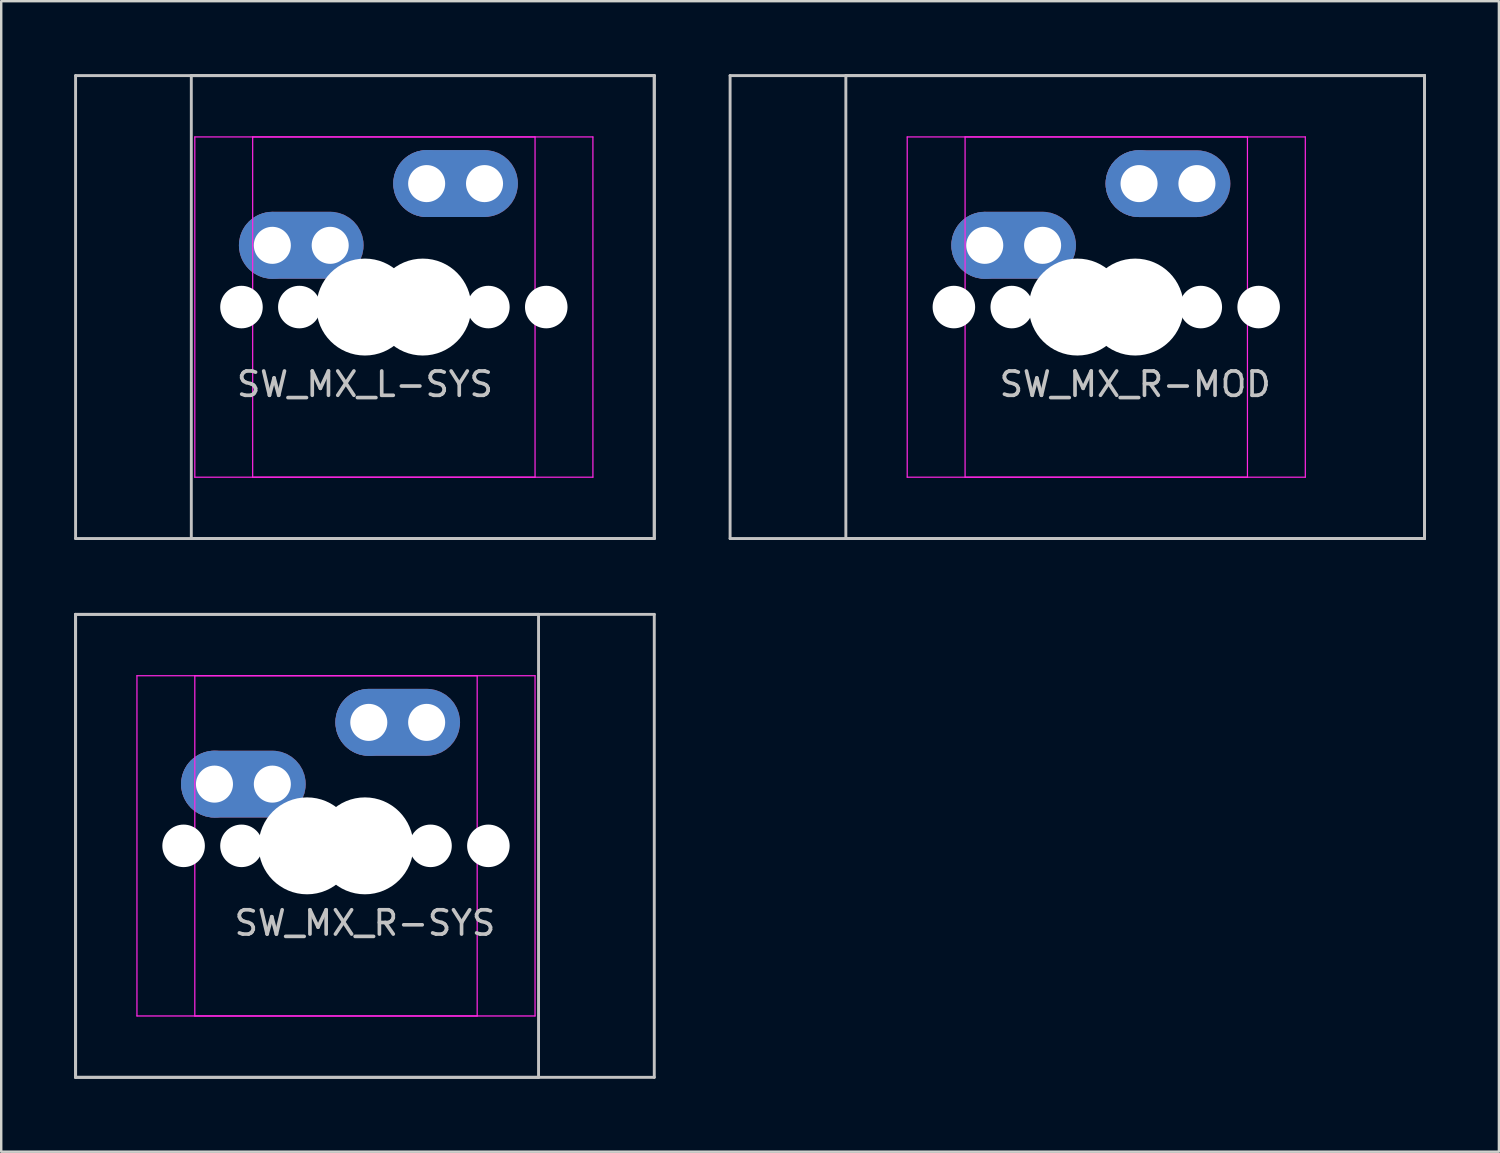
<source format=kicad_pcb>
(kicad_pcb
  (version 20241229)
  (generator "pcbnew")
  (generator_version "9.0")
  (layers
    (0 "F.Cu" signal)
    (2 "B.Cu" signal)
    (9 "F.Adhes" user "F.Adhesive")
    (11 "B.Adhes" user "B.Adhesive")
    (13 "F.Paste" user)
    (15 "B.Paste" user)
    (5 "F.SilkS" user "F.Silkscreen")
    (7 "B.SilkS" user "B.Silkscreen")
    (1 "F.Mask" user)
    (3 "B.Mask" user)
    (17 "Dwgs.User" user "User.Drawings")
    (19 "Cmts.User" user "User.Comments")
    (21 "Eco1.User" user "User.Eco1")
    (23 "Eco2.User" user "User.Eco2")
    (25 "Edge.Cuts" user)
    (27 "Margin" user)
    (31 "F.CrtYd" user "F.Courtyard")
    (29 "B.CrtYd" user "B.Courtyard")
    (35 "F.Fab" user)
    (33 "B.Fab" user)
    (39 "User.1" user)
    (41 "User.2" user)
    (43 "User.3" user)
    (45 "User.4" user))
  (footprint "SW_MX_L-SYS"
    (layer "F.Cu")
    (at 11.966 9.585)
    (property "Reference" "SW_MX_L-SYS" (at 0 3.175 0) (layer "Dwgs.User") (effects (font (size 1 1) (thickness 0.15))))
    (attr through_hole exclude_from_pos_files exclude_from_bom)
    (fp_line (start -11.906 -9.525) (end -11.906 9.525) (stroke (width 0.12) (type solid)) (layer "Dwgs.User"))
    (fp_line (start -11.906 9.525) (end 11.906 9.525) (stroke (width 0.12) (type solid)) (layer "Dwgs.User"))
    (fp_line (start -7.144 -9.525) (end -7.144 9.525) (stroke (width 0.12) (type solid)) (layer "Dwgs.User"))
    (fp_line (start -7.144 9.525) (end 11.906 9.525) (stroke (width 0.12) (type solid)) (layer "Dwgs.User"))
    (fp_line (start 11.906 -9.525) (end -11.906 -9.525) (stroke (width 0.12) (type solid)) (layer "Dwgs.User"))
    (fp_line (start 11.906 -9.525) (end -7.144 -9.525) (stroke (width 0.12) (type solid)) (layer "Dwgs.User"))
    (fp_line (start 11.906 9.525) (end 11.906 -9.525) (stroke (width 0.12) (type solid)) (layer "Dwgs.User"))
    (fp_line (start 11.906 9.525) (end 11.906 -9.525) (stroke (width 0.12) (type solid)) (layer "Dwgs.User"))
    (fp_line (start -7 6.5) (end -7 -6.5) (stroke (width 0.05) (type solid)) (layer "Eco2.User"))
    (fp_line (start -6.5 -7) (end 6.5 -7) (stroke (width 0.05) (type solid)) (layer "Eco2.User"))
    (fp_line (start -4.619 6.5) (end -4.619 -6.5) (stroke (width 0.05) (type solid)) (layer "Eco2.User"))
    (fp_line (start -4.119 -7) (end 8.881 -7) (stroke (width 0.05) (type solid)) (layer "Eco2.User"))
    (fp_line (start 6.5 7) (end -6.5 7) (stroke (width 0.05) (type solid)) (layer "Eco2.User"))
    (fp_line (start 7 -6.5) (end 7 6.5) (stroke (width 0.05) (type solid)) (layer "Eco2.User"))
    (fp_line (start 8.881 7) (end -4.119 7) (stroke (width 0.05) (type solid)) (layer "Eco2.User"))
    (fp_line (start 9.381 -6.5) (end 9.381 6.5) (stroke (width 0.05) (type solid)) (layer "Eco2.User"))
    (fp_arc (start -7 -6.5) (mid -6.853553 -6.853553) (end -6.5 -7) (stroke (width 0.05) (type solid)) (layer "Eco2.User"))
    (fp_arc (start -6.5 7) (mid -6.853553 6.853553) (end -7 6.5) (stroke (width 0.05) (type solid)) (layer "Eco2.User"))
    (fp_arc (start -4.61875 -6.5) (mid -4.472303 -6.853553) (end -4.11875 -7) (stroke (width 0.05) (type solid)) (layer "Eco2.User"))
    (fp_arc (start -4.11875 7) (mid -4.472303 6.853553) (end -4.61875 6.5) (stroke (width 0.05) (type solid)) (layer "Eco2.User"))
    (fp_arc (start 6.5 -7) (mid 6.853553 -6.853553) (end 7 -6.5) (stroke (width 0.05) (type solid)) (layer "Eco2.User"))
    (fp_arc (start 6.997236 6.498884) (mid 6.850789 6.852437) (end 6.497236 6.998884) (stroke (width 0.05) (type solid)) (layer "Eco2.User"))
    (fp_arc (start 8.88125 -7) (mid 9.234803 -6.853553) (end 9.38125 -6.5) (stroke (width 0.05) (type solid)) (layer "Eco2.User"))
    (fp_arc (start 9.378486 6.498884) (mid 9.232055 6.852453) (end 8.878486 6.998884) (stroke (width 0.05) (type solid)) (layer "Eco2.User"))
    (fp_line (start -7 -7) (end -7 7) (stroke (width 0.05) (type solid)) (layer "F.CrtYd"))
    (fp_line (start -7 7) (end 7 7) (stroke (width 0.05) (type solid)) (layer "F.CrtYd"))
    (fp_line (start -4.619 -7) (end -4.619 7) (stroke (width 0.05) (type solid)) (layer "F.CrtYd"))
    (fp_line (start -4.619 7) (end 9.381 7) (stroke (width 0.05) (type solid)) (layer "F.CrtYd"))
    (fp_line (start 7 -7) (end -7 -7) (stroke (width 0.05) (type solid)) (layer "F.CrtYd"))
    (fp_line (start 7 7) (end 7 -7) (stroke (width 0.05) (type solid)) (layer "F.CrtYd"))
    (fp_line (start 9.381 -7) (end -4.619 -7) (stroke (width 0.05) (type solid)) (layer "F.CrtYd"))
    (fp_line (start 9.381 7) (end 9.381 -7) (stroke (width 0.05) (type solid)) (layer "F.CrtYd"))
    (pad "" np_thru_hole circle (at -5.08 0) (size 1.75 1.75) (drill 1.75) (layers "*.Cu" "*.Mask"))
    (pad "" np_thru_hole circle (at -2.699 0) (size 1.75 1.75) (drill 1.75) (layers "*.Cu" "*.Mask"))
    (pad "" np_thru_hole circle (at 0 0) (size 3.988 3.988) (drill 3.988) (layers "*.Cu" "*.Mask"))
    (pad "" np_thru_hole circle (at 2.381 0) (size 3.988 3.988) (drill 3.988) (layers "*.Cu" "*.Mask"))
    (pad "" np_thru_hole circle (at 5.08 0) (size 1.75 1.75) (drill 1.75) (layers "*.Cu" "*.Mask"))
    (pad "" np_thru_hole circle (at 7.461 0) (size 1.75 1.75) (drill 1.75) (layers "*.Cu" "*.Mask"))
    (pad "1" thru_hole circle (at -3.81 -2.54) (size 2.75 2.75) (drill 1.524) (layers "*.Cu" "B.Mask"))
    (pad "1" thru_hole roundrect (at -1.429 -2.54) (size 5.116 2.755) (drill 1.524 (offset -1.183 -0.003)) (layers "*.Cu" "B.Mask") (roundrect_rratio 0.5))
    (pad "2" thru_hole circle (at 2.54 -5.08) (size 2.75 2.75) (drill 1.524) (layers "*.Cu" "B.Mask"))
    (pad "2" thru_hole roundrect (at 4.921 -5.08) (size 5.126 2.755) (drill 1.524 (offset -1.188 -0.003)) (layers "*.Cu" "B.Mask") (roundrect_rratio 0.5)))
  (footprint "SW_MX_R-MOD"
    (layer "F.Cu")
    (at 43.661 9.585)
    (property "Reference" "SW_MX_R-MOD" (at 0 3.175 0) (layer "Dwgs.User") (effects (font (size 1 1) (thickness 0.15))))
    (attr through_hole exclude_from_pos_files exclude_from_bom)
    (fp_line (start -16.669 -9.525) (end -16.669 9.525) (stroke (width 0.12) (type solid)) (layer "Dwgs.User"))
    (fp_line (start -16.669 9.525) (end 11.906 9.525) (stroke (width 0.12) (type solid)) (layer "Dwgs.User"))
    (fp_line (start -11.906 -9.525) (end -11.906 9.525) (stroke (width 0.12) (type solid)) (layer "Dwgs.User"))
    (fp_line (start -11.906 9.525) (end 11.906 9.525) (stroke (width 0.12) (type solid)) (layer "Dwgs.User"))
    (fp_line (start 11.906 -9.525) (end -16.669 -9.525) (stroke (width 0.12) (type solid)) (layer "Dwgs.User"))
    (fp_line (start 11.906 -9.525) (end -11.906 -9.525) (stroke (width 0.12) (type solid)) (layer "Dwgs.User"))
    (fp_line (start 11.906 9.525) (end 11.906 -9.525) (stroke (width 0.12) (type solid)) (layer "Dwgs.User"))
    (fp_line (start 11.906 9.525) (end 11.906 -9.525) (stroke (width 0.12) (type solid)) (layer "Dwgs.User"))
    (fp_line (start -9.381 6.5) (end -9.381 -6.5) (stroke (width 0.05) (type solid)) (layer "Eco2.User"))
    (fp_line (start -8.881 -7) (end 4.119 -7) (stroke (width 0.05) (type solid)) (layer "Eco2.User"))
    (fp_line (start -7 6.5) (end -7 -6.5) (stroke (width 0.05) (type solid)) (layer "Eco2.User"))
    (fp_line (start -6.5 -7) (end 6.5 -7) (stroke (width 0.05) (type solid)) (layer "Eco2.User"))
    (fp_line (start 4.119 7) (end -8.881 7) (stroke (width 0.05) (type solid)) (layer "Eco2.User"))
    (fp_line (start 4.619 -6.5) (end 4.619 6.5) (stroke (width 0.05) (type solid)) (layer "Eco2.User"))
    (fp_line (start 6.5 7) (end -6.5 7) (stroke (width 0.05) (type solid)) (layer "Eco2.User"))
    (fp_line (start 7 -6.5) (end 7 6.5) (stroke (width 0.05) (type solid)) (layer "Eco2.User"))
    (fp_arc (start -9.38125 -6.5) (mid -9.234803 -6.853553) (end -8.88125 -7) (stroke (width 0.05) (type solid)) (layer "Eco2.User"))
    (fp_arc (start -8.88125 7) (mid -9.234803 6.853553) (end -9.38125 6.5) (stroke (width 0.05) (type solid)) (layer "Eco2.User"))
    (fp_arc (start -7 -6.5) (mid -6.853553 -6.853553) (end -6.5 -7) (stroke (width 0.05) (type solid)) (layer "Eco2.User"))
    (fp_arc (start -6.5 7) (mid -6.853553 6.853553) (end -7 6.5) (stroke (width 0.05) (type solid)) (layer "Eco2.User"))
    (fp_arc (start 4.11875 -7) (mid 4.472303 -6.853553) (end 4.61875 -6.5) (stroke (width 0.05) (type solid)) (layer "Eco2.User"))
    (fp_arc (start 4.615986 6.498884) (mid 4.469555 6.852453) (end 4.115986 6.998884) (stroke (width 0.05) (type solid)) (layer "Eco2.User"))
    (fp_arc (start 6.5 -7) (mid 6.853553 -6.853553) (end 7 -6.5) (stroke (width 0.05) (type solid)) (layer "Eco2.User"))
    (fp_arc (start 6.997236 6.498884) (mid 6.850789 6.852437) (end 6.497236 6.998884) (stroke (width 0.05) (type solid)) (layer "Eco2.User"))
    (fp_line (start -9.381 -7) (end -9.381 7) (stroke (width 0.05) (type solid)) (layer "F.CrtYd"))
    (fp_line (start -9.381 7) (end 4.619 7) (stroke (width 0.05) (type solid)) (layer "F.CrtYd"))
    (fp_line (start -7 -7) (end -7 7) (stroke (width 0.05) (type solid)) (layer "F.CrtYd"))
    (fp_line (start -7 7) (end 7 7) (stroke (width 0.05) (type solid)) (layer "F.CrtYd"))
    (fp_line (start 4.619 -7) (end -9.381 -7) (stroke (width 0.05) (type solid)) (layer "F.CrtYd"))
    (fp_line (start 4.619 7) (end 4.619 -7) (stroke (width 0.05) (type solid)) (layer "F.CrtYd"))
    (fp_line (start 7 -7) (end -7 -7) (stroke (width 0.05) (type solid)) (layer "F.CrtYd"))
    (fp_line (start 7 7) (end 7 -7) (stroke (width 0.05) (type solid)) (layer "F.CrtYd"))
    (pad "" np_thru_hole circle (at -7.461 0) (size 1.75 1.75) (drill 1.75) (layers "*.Cu" "*.Mask"))
    (pad "" np_thru_hole circle (at -5.08 0) (size 1.75 1.75) (drill 1.75) (layers "*.Cu" "*.Mask"))
    (pad "" np_thru_hole circle (at -2.381 0) (size 3.988 3.988) (drill 3.988) (layers "*.Cu" "*.Mask"))
    (pad "" np_thru_hole circle (at 0 0) (size 3.988 3.988) (drill 3.988) (layers "*.Cu" "*.Mask"))
    (pad "" np_thru_hole circle (at 2.699 0) (size 1.75 1.75) (drill 1.75) (layers "*.Cu" "*.Mask"))
    (pad "" np_thru_hole circle (at 5.08 0) (size 1.75 1.75) (drill 1.75) (layers "*.Cu" "*.Mask"))
    (pad "1" thru_hole circle (at -6.191 -2.54) (size 2.75 2.75) (drill 1.524) (layers "*.Cu" "B.Mask"))
    (pad "1" thru_hole roundrect (at -3.81 -2.54) (size 5.125 2.755) (drill 1.524 (offset -1.188 -0.003)) (layers "*.Cu" "B.Mask") (roundrect_rratio 0.5))
    (pad "2" thru_hole circle (at 0.159 -5.08) (size 2.75 2.75) (drill 1.524) (layers "*.Cu" "B.Mask"))
    (pad "2" thru_hole roundrect (at 2.54 -5.08) (size 5.135 2.745) (drill 1.524 (offset -1.192 0.003)) (layers "*.Cu" "B.Mask") (roundrect_rratio 0.5)))
  (footprint "SW_MX_R-SYS"
    (layer "F.Cu")
    (at 11.966 31.755)
    (property "Reference" "SW_MX_R-SYS" (at 0 3.175 0) (layer "Dwgs.User") (effects (font (size 1 1) (thickness 0.15))))
    (attr through_hole exclude_from_pos_files exclude_from_bom)
    (fp_line (start -11.906 -9.525) (end -11.906 9.525) (stroke (width 0.12) (type solid)) (layer "Dwgs.User"))
    (fp_line (start -11.906 -9.525) (end -11.906 9.525) (stroke (width 0.12) (type solid)) (layer "Dwgs.User"))
    (fp_line (start -11.906 9.525) (end 7.144 9.525) (stroke (width 0.12) (type solid)) (layer "Dwgs.User"))
    (fp_line (start -11.906 9.525) (end 11.906 9.525) (stroke (width 0.12) (type solid)) (layer "Dwgs.User"))
    (fp_line (start 7.144 -9.525) (end -11.906 -9.525) (stroke (width 0.12) (type solid)) (layer "Dwgs.User"))
    (fp_line (start 7.144 9.525) (end 7.144 -9.525) (stroke (width 0.12) (type solid)) (layer "Dwgs.User"))
    (fp_line (start 11.906 -9.525) (end -11.906 -9.525) (stroke (width 0.12) (type solid)) (layer "Dwgs.User"))
    (fp_line (start 11.906 9.525) (end 11.906 -9.525) (stroke (width 0.12) (type solid)) (layer "Dwgs.User"))
    (fp_line (start -9.381 6.5) (end -9.381 -6.5) (stroke (width 0.05) (type solid)) (layer "Eco2.User"))
    (fp_line (start -8.881 -7) (end 4.119 -7) (stroke (width 0.05) (type solid)) (layer "Eco2.User"))
    (fp_line (start -7 6.5) (end -7 -6.5) (stroke (width 0.05) (type solid)) (layer "Eco2.User"))
    (fp_line (start -6.5 -7) (end 6.5 -7) (stroke (width 0.05) (type solid)) (layer "Eco2.User"))
    (fp_line (start 4.119 7) (end -8.881 7) (stroke (width 0.05) (type solid)) (layer "Eco2.User"))
    (fp_line (start 4.619 -6.5) (end 4.619 6.5) (stroke (width 0.05) (type solid)) (layer "Eco2.User"))
    (fp_line (start 6.5 7) (end -6.5 7) (stroke (width 0.05) (type solid)) (layer "Eco2.User"))
    (fp_line (start 7 -6.5) (end 7 6.5) (stroke (width 0.05) (type solid)) (layer "Eco2.User"))
    (fp_arc (start -9.38125 -6.5) (mid -9.234803 -6.853553) (end -8.88125 -7) (stroke (width 0.05) (type solid)) (layer "Eco2.User"))
    (fp_arc (start -8.88125 7) (mid -9.234803 6.853553) (end -9.38125 6.5) (stroke (width 0.05) (type solid)) (layer "Eco2.User"))
    (fp_arc (start -7 -6.5) (mid -6.853553 -6.853553) (end -6.5 -7) (stroke (width 0.05) (type solid)) (layer "Eco2.User"))
    (fp_arc (start -6.5 7) (mid -6.853553 6.853553) (end -7 6.5) (stroke (width 0.05) (type solid)) (layer "Eco2.User"))
    (fp_arc (start 4.11875 -7) (mid 4.472303 -6.853553) (end 4.61875 -6.5) (stroke (width 0.05) (type solid)) (layer "Eco2.User"))
    (fp_arc (start 4.615986 6.498884) (mid 4.469555 6.852453) (end 4.115986 6.998884) (stroke (width 0.05) (type solid)) (layer "Eco2.User"))
    (fp_arc (start 6.5 -7) (mid 6.853553 -6.853553) (end 7 -6.5) (stroke (width 0.05) (type solid)) (layer "Eco2.User"))
    (fp_arc (start 6.997236 6.498884) (mid 6.850789 6.852437) (end 6.497236 6.998884) (stroke (width 0.05) (type solid)) (layer "Eco2.User"))
    (fp_line (start -9.381 -7) (end -9.381 7) (stroke (width 0.05) (type solid)) (layer "F.CrtYd"))
    (fp_line (start -9.381 7) (end 4.619 7) (stroke (width 0.05) (type solid)) (layer "F.CrtYd"))
    (fp_line (start -7 -7) (end -7 7) (stroke (width 0.05) (type solid)) (layer "F.CrtYd"))
    (fp_line (start -7 7) (end 7 7) (stroke (width 0.05) (type solid)) (layer "F.CrtYd"))
    (fp_line (start 4.619 -7) (end -9.381 -7) (stroke (width 0.05) (type solid)) (layer "F.CrtYd"))
    (fp_line (start 4.619 7) (end 4.619 -7) (stroke (width 0.05) (type solid)) (layer "F.CrtYd"))
    (fp_line (start 7 -7) (end -7 -7) (stroke (width 0.05) (type solid)) (layer "F.CrtYd"))
    (fp_line (start 7 7) (end 7 -7) (stroke (width 0.05) (type solid)) (layer "F.CrtYd"))
    (pad "" np_thru_hole circle (at -7.461 0) (size 1.75 1.75) (drill 1.75) (layers "*.Cu" "*.Mask"))
    (pad "" np_thru_hole circle (at -5.08 0) (size 1.75 1.75) (drill 1.75) (layers "*.Cu" "*.Mask"))
    (pad "" np_thru_hole circle (at -2.381 0) (size 3.988 3.988) (drill 3.988) (layers "*.Cu" "*.Mask"))
    (pad "" np_thru_hole circle (at 0 0) (size 3.988 3.988) (drill 3.988) (layers "*.Cu" "*.Mask"))
    (pad "" np_thru_hole circle (at 2.699 0) (size 1.75 1.75) (drill 1.75) (layers "*.Cu" "*.Mask"))
    (pad "" np_thru_hole circle (at 5.08 0) (size 1.75 1.75) (drill 1.75) (layers "*.Cu" "*.Mask"))
    (pad "1" thru_hole circle (at -6.191 -2.54) (size 2.75 2.75) (drill 1.524) (layers "*.Cu" "B.Mask"))
    (pad "1" thru_hole roundrect (at -3.81 -2.54) (size 5.125 2.75) (drill 1.524 (offset -1.188 0)) (layers "*.Cu" "B.Mask") (roundrect_rratio 0.5))
    (pad "2" thru_hole circle (at 0.159 -5.08) (size 2.75 2.75) (drill 1.524) (layers "*.Cu" "B.Mask"))
    (pad "2" thru_hole roundrect (at 2.54 -5.08) (size 5.125 2.755) (drill 1.524 (offset -1.188 -0.003)) (layers "*.Cu" "B.Mask") (roundrect_rratio 0.5)))
  (gr_rect
    (start -3 -3)
    (end 58.627 44.34)
    (stroke (width 0.1) (type default))
    (fill no)
    (layer "Edge.Cuts")))
</source>
